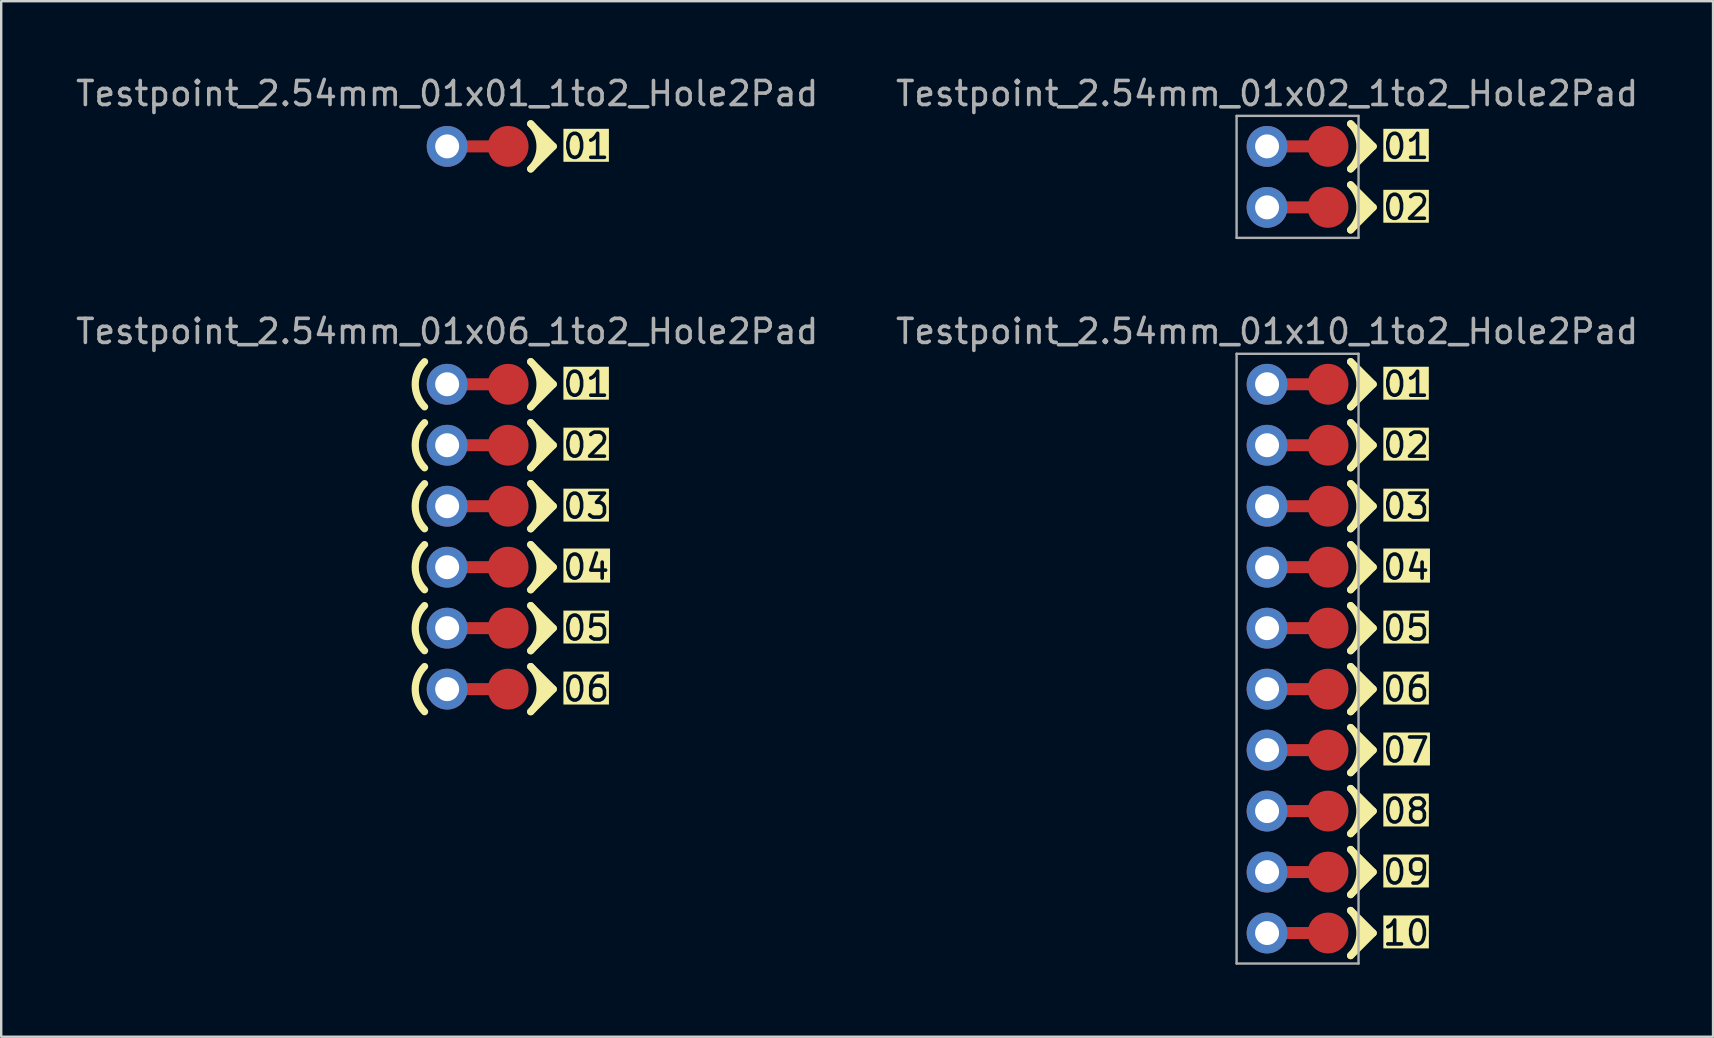
<source format=kicad_pcb>
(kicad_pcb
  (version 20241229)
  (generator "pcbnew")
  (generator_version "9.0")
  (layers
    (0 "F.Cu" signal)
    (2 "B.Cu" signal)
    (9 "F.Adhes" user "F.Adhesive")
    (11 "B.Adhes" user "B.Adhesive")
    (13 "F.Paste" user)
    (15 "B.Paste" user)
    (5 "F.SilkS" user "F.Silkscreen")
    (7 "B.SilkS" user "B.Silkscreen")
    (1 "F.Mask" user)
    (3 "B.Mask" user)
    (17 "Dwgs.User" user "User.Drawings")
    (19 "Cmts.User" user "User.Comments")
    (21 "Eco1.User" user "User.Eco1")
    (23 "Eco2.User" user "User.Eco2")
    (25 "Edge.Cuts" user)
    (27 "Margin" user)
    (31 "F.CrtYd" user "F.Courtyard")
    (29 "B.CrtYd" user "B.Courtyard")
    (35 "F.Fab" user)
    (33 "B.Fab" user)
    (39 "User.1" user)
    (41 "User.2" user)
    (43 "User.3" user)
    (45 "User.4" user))
  (footprint "Testpoint_2.54mm_01x02_1to2_Hole2Pad"
    (layer "F.Cu")
    (at 49.732 3.048)
    (property "Reference" "Testpoint_2.54mm_01x02_1to2_Hole2Pad" (at 0 -2.2 0) (layer "F.Fab") (effects (font (size 1 1) (thickness 0.15))))
    (attr through_hole)
    (fp_line (start 3.48 0.94) (end 4.42 0) (stroke (width 0.3) (type default)) (layer "F.SilkS"))
    (fp_line (start 3.48 3.48) (end 4.42 2.54) (stroke (width 0.3) (type default)) (layer "F.SilkS"))
    (fp_line (start 3.48 -0.94) (end 4.42 0) (stroke (width 0.3) (type default)) (layer "F.SilkS"))
    (fp_line (start 3.48 1.6) (end 4.42 2.54) (stroke (width 0.3) (type default)) (layer "F.SilkS"))
    (fp_line (start 4.04 0) (end 4.04 0) (stroke (width 0.6) (type default)) (layer "F.SilkS"))
    (fp_line (start 4.04 2.54) (end 4.04 2.54) (stroke (width 0.6) (type default)) (layer "F.SilkS"))
    (fp_arc (start 3.480452 -0.940452) (mid 3.87 0) (end 3.480452 0.940452) (stroke (width 0.3) (type default)) (layer "F.SilkS"))
    (fp_arc (start 3.480452 1.599548) (mid 3.87 2.54) (end 3.480452 3.480452) (stroke (width 0.3) (type default)) (layer "F.SilkS"))
    (fp_line (start -1.27 -1.27) (end -1.27 3.81) (stroke (width 0.1) (type solid)) (layer "F.Fab"))
    (fp_line (start 3.81 -1.27) (end -1.27 -1.27) (stroke (width 0.1) (type default)) (layer "F.Fab"))
    (fp_line (start 3.81 -1.27) (end 3.81 3.81) (stroke (width 0.1) (type solid)) (layer "F.Fab"))
    (fp_line (start 3.81 3.81) (end -1.27 3.81) (stroke (width 0.1) (type default)) (layer "F.Fab"))
    (fp_text user "01" (at 4.74 0 0) (unlocked yes) (layer "F.SilkS" knockout) (effects (font (size 1 1) (thickness 0.15)) (justify left)))
    (fp_text user "02" (at 4.74 2.54 0) (unlocked yes) (layer "F.SilkS" knockout) (effects (font (size 1 1) (thickness 0.15)) (justify left)))
    (pad "1" thru_hole circle (at 0 0 90) (size 1.7 1.7) (drill 1) (layers "*.Cu" "*.Mask"))
    (pad "1" smd custom (at 1.27 0 180) (size 2.54 0.5) (layers "F.Cu") (options (anchor rect)) (primitives))
    (pad "1" smd circle (at 2.54 0 90) (size 1.7 1.7) (layers "F.Cu" "F.Mask"))
    (pad "2" thru_hole circle (at 0 2.54 90) (size 1.7 1.7) (drill 1) (layers "*.Cu" "*.Mask"))
    (pad "2" smd custom (at 1.27 2.54 180) (size 2.54 0.5) (layers "F.Cu") (options (anchor rect)) (primitives))
    (pad "2" smd circle (at 2.54 2.54 90) (size 1.7 1.7) (layers "F.Cu" "F.Mask")))
  (footprint "Testpoint_2.54mm_01x06_1to2_Hole2Pad"
    (layer "F.Cu")
    (at 15.577 12.957)
    (property "Reference" "Testpoint_2.54mm_01x06_1to2_Hole2Pad" (at 0 -2.2 0) (layer "F.Fab") (effects (font (size 1 1) (thickness 0.15))))
    (attr through_hole)
    (fp_line (start 3.48 0.94) (end 4.42 0) (stroke (width 0.3) (type default)) (layer "F.SilkS"))
    (fp_line (start 3.48 3.48) (end 4.42 2.54) (stroke (width 0.3) (type default)) (layer "F.SilkS"))
    (fp_line (start 3.48 6.02) (end 4.42 5.08) (stroke (width 0.3) (type default)) (layer "F.SilkS"))
    (fp_line (start 3.48 8.56) (end 4.42 7.62) (stroke (width 0.3) (type default)) (layer "F.SilkS"))
    (fp_line (start 3.48 11.1) (end 4.42 10.16) (stroke (width 0.3) (type default)) (layer "F.SilkS"))
    (fp_line (start 3.48 13.64) (end 4.42 12.7) (stroke (width 0.3) (type default)) (layer "F.SilkS"))
    (fp_line (start 3.48 -0.94) (end 4.42 0) (stroke (width 0.3) (type default)) (layer "F.SilkS"))
    (fp_line (start 3.48 1.6) (end 4.42 2.54) (stroke (width 0.3) (type default)) (layer "F.SilkS"))
    (fp_line (start 3.48 4.14) (end 4.42 5.08) (stroke (width 0.3) (type default)) (layer "F.SilkS"))
    (fp_line (start 3.48 6.68) (end 4.42 7.62) (stroke (width 0.3) (type default)) (layer "F.SilkS"))
    (fp_line (start 3.48 9.22) (end 4.42 10.16) (stroke (width 0.3) (type default)) (layer "F.SilkS"))
    (fp_line (start 3.48 11.76) (end 4.42 12.7) (stroke (width 0.3) (type default)) (layer "F.SilkS"))
    (fp_line (start 4.04 0) (end 4.04 0) (stroke (width 0.6) (type default)) (layer "F.SilkS"))
    (fp_line (start 4.04 2.54) (end 4.04 2.54) (stroke (width 0.6) (type default)) (layer "F.SilkS"))
    (fp_line (start 4.04 5.08) (end 4.04 5.08) (stroke (width 0.6) (type default)) (layer "F.SilkS"))
    (fp_line (start 4.04 7.62) (end 4.04 7.62) (stroke (width 0.6) (type default)) (layer "F.SilkS"))
    (fp_line (start 4.04 10.16) (end 4.04 10.16) (stroke (width 0.6) (type default)) (layer "F.SilkS"))
    (fp_line (start 4.04 12.7) (end 4.04 12.7) (stroke (width 0.6) (type default)) (layer "F.SilkS"))
    (fp_arc (start -0.940452 0.940452) (mid -1.33 0) (end -0.940452 -0.940452) (stroke (width 0.3) (type default)) (layer "F.SilkS"))
    (fp_arc (start -0.940452 3.480452) (mid -1.33 2.54) (end -0.940452 1.599548) (stroke (width 0.3) (type default)) (layer "F.SilkS"))
    (fp_arc (start -0.940452 6.020452) (mid -1.33 5.08) (end -0.940452 4.139548) (stroke (width 0.3) (type default)) (layer "F.SilkS"))
    (fp_arc (start -0.940452 8.560452) (mid -1.33 7.62) (end -0.940452 6.679548) (stroke (width 0.3) (type default)) (layer "F.SilkS"))
    (fp_arc (start -0.940452 11.100452) (mid -1.33 10.16) (end -0.940452 9.219548) (stroke (width 0.3) (type default)) (layer "F.SilkS"))
    (fp_arc (start -0.940452 13.640452) (mid -1.33 12.7) (end -0.940452 11.759548) (stroke (width 0.3) (type default)) (layer "F.SilkS"))
    (fp_arc (start 3.480452 -0.940452) (mid 3.87 0) (end 3.480452 0.940452) (stroke (width 0.3) (type default)) (layer "F.SilkS"))
    (fp_arc (start 3.480452 1.599548) (mid 3.87 2.54) (end 3.480452 3.480452) (stroke (width 0.3) (type default)) (layer "F.SilkS"))
    (fp_arc (start 3.480452 4.139548) (mid 3.87 5.08) (end 3.480452 6.020452) (stroke (width 0.3) (type default)) (layer "F.SilkS"))
    (fp_arc (start 3.480452 6.679548) (mid 3.87 7.62) (end 3.480452 8.560452) (stroke (width 0.3) (type default)) (layer "F.SilkS"))
    (fp_arc (start 3.480452 9.219548) (mid 3.87 10.16) (end 3.480452 11.100452) (stroke (width 0.3) (type default)) (layer "F.SilkS"))
    (fp_arc (start 3.480452 11.759548) (mid 3.87 12.7) (end 3.480452 13.640452) (stroke (width 0.3) (type default)) (layer "F.SilkS"))
    (fp_text user "05" (at 4.74 10.16 0) (unlocked yes) (layer "F.SilkS" knockout) (effects (font (size 1 1) (thickness 0.15)) (justify left)))
    (fp_text user "03" (at 4.74 5.08 0) (unlocked yes) (layer "F.SilkS" knockout) (effects (font (size 1 1) (thickness 0.15)) (justify left)))
    (fp_text user "02" (at 4.74 2.54 0) (unlocked yes) (layer "F.SilkS" knockout) (effects (font (size 1 1) (thickness 0.15)) (justify left)))
    (fp_text user "04" (at 4.74 7.62 0) (unlocked yes) (layer "F.SilkS" knockout) (effects (font (size 1 1) (thickness 0.15)) (justify left)))
    (fp_text user "01" (at 4.74 0 0) (unlocked yes) (layer "F.SilkS" knockout) (effects (font (size 1 1) (thickness 0.15)) (justify left)))
    (fp_text user "06" (at 4.74 12.7 0) (unlocked yes) (layer "F.SilkS" knockout) (effects (font (size 1 1) (thickness 0.15)) (justify left)))
    (pad "1" thru_hole circle (at 0 0 90) (size 1.7 1.7) (drill 1) (layers "*.Cu" "*.Mask"))
    (pad "1" smd custom (at 1.27 0 180) (size 2.54 0.5) (layers "F.Cu") (options (anchor rect)) (primitives))
    (pad "1" smd circle (at 2.54 0 90) (size 1.7 1.7) (layers "F.Cu" "F.Mask"))
    (pad "2" thru_hole circle (at 0 2.54 90) (size 1.7 1.7) (drill 1) (layers "*.Cu" "*.Mask"))
    (pad "2" smd custom (at 1.27 2.54 180) (size 2.54 0.5) (layers "F.Cu") (options (anchor rect)) (primitives))
    (pad "2" smd circle (at 2.54 2.54 90) (size 1.7 1.7) (layers "F.Cu" "F.Mask"))
    (pad "3" thru_hole circle (at 0 5.08 90) (size 1.7 1.7) (drill 1) (layers "*.Cu" "*.Mask"))
    (pad "3" smd custom (at 1.27 5.08 180) (size 2.54 0.5) (layers "F.Cu") (options (anchor rect)) (primitives))
    (pad "3" smd circle (at 2.54 5.08 90) (size 1.7 1.7) (layers "F.Cu" "F.Mask"))
    (pad "4" thru_hole circle (at 0 7.62 90) (size 1.7 1.7) (drill 1) (layers "*.Cu" "*.Mask"))
    (pad "4" smd custom (at 1.27 7.62 180) (size 2.54 0.5) (layers "F.Cu") (options (anchor rect)) (primitives))
    (pad "4" smd circle (at 2.54 7.62 90) (size 1.7 1.7) (layers "F.Cu" "F.Mask"))
    (pad "5" thru_hole circle (at 0 10.16 90) (size 1.7 1.7) (drill 1) (layers "*.Cu" "*.Mask"))
    (pad "5" smd custom (at 1.27 10.16 180) (size 2.54 0.5) (layers "F.Cu") (options (anchor rect)) (primitives))
    (pad "5" smd circle (at 2.54 10.16 90) (size 1.7 1.7) (layers "F.Cu" "F.Mask"))
    (pad "6" thru_hole circle (at 0 12.7 90) (size 1.7 1.7) (drill 1) (layers "*.Cu" "*.Mask"))
    (pad "6" smd custom (at 1.27 12.7 180) (size 2.54 0.5) (layers "F.Cu") (options (anchor rect)) (primitives))
    (pad "6" smd circle (at 2.54 12.7 90) (size 1.7 1.7) (layers "F.Cu" "F.Mask")))
  (footprint "Testpoint_2.54mm_01x01_1to2_Hole2Pad"
    (layer "F.Cu")
    (at 15.577 3.048)
    (property "Reference" "Testpoint_2.54mm_01x01_1to2_Hole2Pad" (at 0 -2.2 0) (layer "F.Fab") (effects (font (size 1 1) (thickness 0.15))))
    (attr through_hole)
    (fp_line (start 3.48 0.94) (end 4.42 0) (stroke (width 0.3) (type default)) (layer "F.SilkS"))
    (fp_line (start 3.48 -0.94) (end 4.42 0) (stroke (width 0.3) (type default)) (layer "F.SilkS"))
    (fp_line (start 4.04 0) (end 4.04 0) (stroke (width 0.6) (type default)) (layer "F.SilkS"))
    (fp_arc (start 3.480452 -0.940452) (mid 3.87 0) (end 3.480452 0.940452) (stroke (width 0.3) (type default)) (layer "F.SilkS"))
    (fp_text user "01" (at 4.74 0 0) (unlocked yes) (layer "F.SilkS" knockout) (effects (font (size 1 1) (thickness 0.15)) (justify left)))
    (pad "1" thru_hole circle (at 0 0 90) (size 1.7 1.7) (drill 1) (layers "*.Cu" "*.Mask"))
    (pad "1" smd custom (at 1.27 0 180) (size 2.54 0.5) (layers "F.Cu") (options (anchor rect)) (primitives))
    (pad "1" smd circle (at 2.54 0 90) (size 1.7 1.7) (layers "F.Cu" "F.Mask")))
  (footprint "Testpoint_2.54mm_01x10_1to2_Hole2Pad"
    (layer "F.Cu")
    (at 49.732 12.957)
    (property "Reference" "Testpoint_2.54mm_01x10_1to2_Hole2Pad" (at 0 -2.2 0) (layer "F.Fab") (effects (font (size 1 1) (thickness 0.15))))
    (attr through_hole)
    (fp_line (start 3.48 0.94) (end 4.42 0) (stroke (width 0.3) (type default)) (layer "F.SilkS"))
    (fp_line (start 3.48 3.48) (end 4.42 2.54) (stroke (width 0.3) (type default)) (layer "F.SilkS"))
    (fp_line (start 3.48 6.02) (end 4.42 5.08) (stroke (width 0.3) (type default)) (layer "F.SilkS"))
    (fp_line (start 3.48 8.56) (end 4.42 7.62) (stroke (width 0.3) (type default)) (layer "F.SilkS"))
    (fp_line (start 3.48 11.1) (end 4.42 10.16) (stroke (width 0.3) (type default)) (layer "F.SilkS"))
    (fp_line (start 3.48 13.64) (end 4.42 12.7) (stroke (width 0.3) (type default)) (layer "F.SilkS"))
    (fp_line (start 3.48 16.18) (end 4.42 15.24) (stroke (width 0.3) (type default)) (layer "F.SilkS"))
    (fp_line (start 3.48 18.72) (end 4.42 17.78) (stroke (width 0.3) (type default)) (layer "F.SilkS"))
    (fp_line (start 3.48 21.26) (end 4.42 20.32) (stroke (width 0.3) (type default)) (layer "F.SilkS"))
    (fp_line (start 3.48 23.8) (end 4.42 22.86) (stroke (width 0.3) (type default)) (layer "F.SilkS"))
    (fp_line (start 3.48 -0.94) (end 4.42 0) (stroke (width 0.3) (type default)) (layer "F.SilkS"))
    (fp_line (start 3.48 1.6) (end 4.42 2.54) (stroke (width 0.3) (type default)) (layer "F.SilkS"))
    (fp_line (start 3.48 4.14) (end 4.42 5.08) (stroke (width 0.3) (type default)) (layer "F.SilkS"))
    (fp_line (start 3.48 6.68) (end 4.42 7.62) (stroke (width 0.3) (type default)) (layer "F.SilkS"))
    (fp_line (start 3.48 9.22) (end 4.42 10.16) (stroke (width 0.3) (type default)) (layer "F.SilkS"))
    (fp_line (start 3.48 11.76) (end 4.42 12.7) (stroke (width 0.3) (type default)) (layer "F.SilkS"))
    (fp_line (start 3.48 14.3) (end 4.42 15.24) (stroke (width 0.3) (type default)) (layer "F.SilkS"))
    (fp_line (start 3.48 16.84) (end 4.42 17.78) (stroke (width 0.3) (type default)) (layer "F.SilkS"))
    (fp_line (start 3.48 19.38) (end 4.42 20.32) (stroke (width 0.3) (type default)) (layer "F.SilkS"))
    (fp_line (start 3.48 21.92) (end 4.42 22.86) (stroke (width 0.3) (type default)) (layer "F.SilkS"))
    (fp_line (start 4.04 0) (end 4.04 0) (stroke (width 0.6) (type default)) (layer "F.SilkS"))
    (fp_line (start 4.04 2.54) (end 4.04 2.54) (stroke (width 0.6) (type default)) (layer "F.SilkS"))
    (fp_line (start 4.04 5.08) (end 4.04 5.08) (stroke (width 0.6) (type default)) (layer "F.SilkS"))
    (fp_line (start 4.04 7.62) (end 4.04 7.62) (stroke (width 0.6) (type default)) (layer "F.SilkS"))
    (fp_line (start 4.04 10.16) (end 4.04 10.16) (stroke (width 0.6) (type default)) (layer "F.SilkS"))
    (fp_line (start 4.04 12.7) (end 4.04 12.7) (stroke (width 0.6) (type default)) (layer "F.SilkS"))
    (fp_line (start 4.04 15.24) (end 4.04 15.24) (stroke (width 0.6) (type default)) (layer "F.SilkS"))
    (fp_line (start 4.04 17.78) (end 4.04 17.78) (stroke (width 0.6) (type default)) (layer "F.SilkS"))
    (fp_line (start 4.04 20.32) (end 4.04 20.32) (stroke (width 0.6) (type default)) (layer "F.SilkS"))
    (fp_line (start 4.04 22.86) (end 4.04 22.86) (stroke (width 0.6) (type default)) (layer "F.SilkS"))
    (fp_arc (start 3.480452 -0.940452) (mid 3.87 0) (end 3.480452 0.940452) (stroke (width 0.3) (type default)) (layer "F.SilkS"))
    (fp_arc (start 3.480452 1.599548) (mid 3.87 2.54) (end 3.480452 3.480452) (stroke (width 0.3) (type default)) (layer "F.SilkS"))
    (fp_arc (start 3.480452 4.139548) (mid 3.87 5.08) (end 3.480452 6.020452) (stroke (width 0.3) (type default)) (layer "F.SilkS"))
    (fp_arc (start 3.480452 6.679548) (mid 3.87 7.62) (end 3.480452 8.560452) (stroke (width 0.3) (type default)) (layer "F.SilkS"))
    (fp_arc (start 3.480452 9.219548) (mid 3.87 10.16) (end 3.480452 11.100452) (stroke (width 0.3) (type default)) (layer "F.SilkS"))
    (fp_arc (start 3.480452 11.759548) (mid 3.87 12.7) (end 3.480452 13.640452) (stroke (width 0.3) (type default)) (layer "F.SilkS"))
    (fp_arc (start 3.480452 14.299548) (mid 3.87 15.24) (end 3.480452 16.180452) (stroke (width 0.3) (type default)) (layer "F.SilkS"))
    (fp_arc (start 3.480452 16.839548) (mid 3.87 17.78) (end 3.480452 18.720452) (stroke (width 0.3) (type default)) (layer "F.SilkS"))
    (fp_arc (start 3.480452 19.379548) (mid 3.87 20.32) (end 3.480452 21.260452) (stroke (width 0.3) (type default)) (layer "F.SilkS"))
    (fp_arc (start 3.480452 21.919548) (mid 3.87 22.86) (end 3.480452 23.800452) (stroke (width 0.3) (type default)) (layer "F.SilkS"))
    (fp_line (start -1.27 -1.27) (end -1.27 24.13) (stroke (width 0.1) (type solid)) (layer "F.Fab"))
    (fp_line (start -1.27 -1.27) (end 3.81 -1.27) (stroke (width 0.1) (type default)) (layer "F.Fab"))
    (fp_line (start -1.27 24.13) (end 3.81 24.13) (stroke (width 0.1) (type default)) (layer "F.Fab"))
    (fp_line (start 3.81 -1.27) (end 3.81 24.13) (stroke (width 0.1) (type solid)) (layer "F.Fab"))
    (fp_text user "10" (at 4.74 22.86 0) (unlocked yes) (layer "F.SilkS" knockout) (effects (font (size 1 1) (thickness 0.15)) (justify left)))
    (fp_text user "07" (at 4.74 15.24 0) (unlocked yes) (layer "F.SilkS" knockout) (effects (font (size 1 1) (thickness 0.15)) (justify left)))
    (fp_text user "05" (at 4.74 10.16 0) (unlocked yes) (layer "F.SilkS" knockout) (effects (font (size 1 1) (thickness 0.15)) (justify left)))
    (fp_text user "01" (at 4.74 0 0) (unlocked yes) (layer "F.SilkS" knockout) (effects (font (size 1 1) (thickness 0.15)) (justify left)))
    (fp_text user "04" (at 4.74 7.62 0) (unlocked yes) (layer "F.SilkS" knockout) (effects (font (size 1 1) (thickness 0.15)) (justify left)))
    (fp_text user "06" (at 4.74 12.7 0) (unlocked yes) (layer "F.SilkS" knockout) (effects (font (size 1 1) (thickness 0.15)) (justify left)))
    (fp_text user "09" (at 4.74 20.32 0) (unlocked yes) (layer "F.SilkS" knockout) (effects (font (size 1 1) (thickness 0.15)) (justify left)))
    (fp_text user "08" (at 4.74 17.78 0) (unlocked yes) (layer "F.SilkS" knockout) (effects (font (size 1 1) (thickness 0.15)) (justify left)))
    (fp_text user "03" (at 4.74 5.08 0) (unlocked yes) (layer "F.SilkS" knockout) (effects (font (size 1 1) (thickness 0.15)) (justify left)))
    (fp_text user "02" (at 4.74 2.54 0) (unlocked yes) (layer "F.SilkS" knockout) (effects (font (size 1 1) (thickness 0.15)) (justify left)))
    (pad "1" thru_hole circle (at 0 0 90) (size 1.7 1.7) (drill 1) (layers "*.Cu" "*.Mask"))
    (pad "1" smd custom (at 1.27 0 180) (size 2.54 0.5) (layers "F.Cu") (options (anchor rect)) (primitives))
    (pad "1" smd circle (at 2.54 0 90) (size 1.7 1.7) (layers "F.Cu" "F.Mask"))
    (pad "2" thru_hole circle (at 0 2.54 90) (size 1.7 1.7) (drill 1) (layers "*.Cu" "*.Mask"))
    (pad "2" smd custom (at 1.27 2.54 180) (size 2.54 0.5) (layers "F.Cu") (options (anchor rect)) (primitives))
    (pad "2" smd circle (at 2.54 2.54 90) (size 1.7 1.7) (layers "F.Cu" "F.Mask"))
    (pad "3" thru_hole circle (at 0 5.08 90) (size 1.7 1.7) (drill 1) (layers "*.Cu" "*.Mask"))
    (pad "3" smd custom (at 1.27 5.08 180) (size 2.54 0.5) (layers "F.Cu") (options (anchor rect)) (primitives))
    (pad "3" smd circle (at 2.54 5.08 90) (size 1.7 1.7) (layers "F.Cu" "F.Mask"))
    (pad "4" thru_hole circle (at 0 7.62 90) (size 1.7 1.7) (drill 1) (layers "*.Cu" "*.Mask"))
    (pad "4" smd custom (at 1.27 7.62 180) (size 2.54 0.5) (layers "F.Cu") (options (anchor rect)) (primitives))
    (pad "4" smd circle (at 2.54 7.62 90) (size 1.7 1.7) (layers "F.Cu" "F.Mask"))
    (pad "5" thru_hole circle (at 0 10.16 90) (size 1.7 1.7) (drill 1) (layers "*.Cu" "*.Mask"))
    (pad "5" smd custom (at 1.27 10.16 180) (size 2.54 0.5) (layers "F.Cu") (options (anchor rect)) (primitives))
    (pad "5" smd circle (at 2.54 10.16 90) (size 1.7 1.7) (layers "F.Cu" "F.Mask"))
    (pad "6" thru_hole circle (at 0 12.7 90) (size 1.7 1.7) (drill 1) (layers "*.Cu" "*.Mask"))
    (pad "6" smd custom (at 1.27 12.7 180) (size 2.54 0.5) (layers "F.Cu") (options (anchor rect)) (primitives))
    (pad "6" smd circle (at 2.54 12.7 90) (size 1.7 1.7) (layers "F.Cu" "F.Mask"))
    (pad "7" thru_hole circle (at 0 15.24 90) (size 1.7 1.7) (drill 1) (layers "*.Cu" "*.Mask"))
    (pad "7" smd custom (at 1.27 15.24 180) (size 2.54 0.5) (layers "F.Cu") (options (anchor rect)) (primitives))
    (pad "7" smd circle (at 2.54 15.24 90) (size 1.7 1.7) (layers "F.Cu" "F.Mask"))
    (pad "8" thru_hole circle (at 0 17.78 90) (size 1.7 1.7) (drill 1) (layers "*.Cu" "*.Mask"))
    (pad "8" smd custom (at 1.27 17.78 180) (size 2.54 0.5) (layers "F.Cu") (options (anchor rect)) (primitives))
    (pad "8" smd circle (at 2.54 17.78 90) (size 1.7 1.7) (layers "F.Cu" "F.Mask"))
    (pad "9" thru_hole circle (at 0 20.32 90) (size 1.7 1.7) (drill 1) (layers "*.Cu" "*.Mask"))
    (pad "9" smd custom (at 1.27 20.32 180) (size 2.54 0.5) (layers "F.Cu") (options (anchor rect)) (primitives))
    (pad "9" smd circle (at 2.54 20.32 90) (size 1.7 1.7) (layers "F.Cu" "F.Mask"))
    (pad "10" thru_hole circle (at 0 22.86 90) (size 1.7 1.7) (drill 1) (layers "*.Cu" "*.Mask"))
    (pad "10" smd custom (at 1.27 22.86 180) (size 2.54 0.5) (layers "F.Cu") (options (anchor rect)) (primitives))
    (pad "10" smd circle (at 2.54 22.86 90) (size 1.7 1.7) (layers "F.Cu" "F.Mask")))
  (gr_rect
    (start -3 -3)
    (end 68.31 40.136)
    (stroke (width 0.1) (type default))
    (fill no)
    (layer "Edge.Cuts")))
</source>
